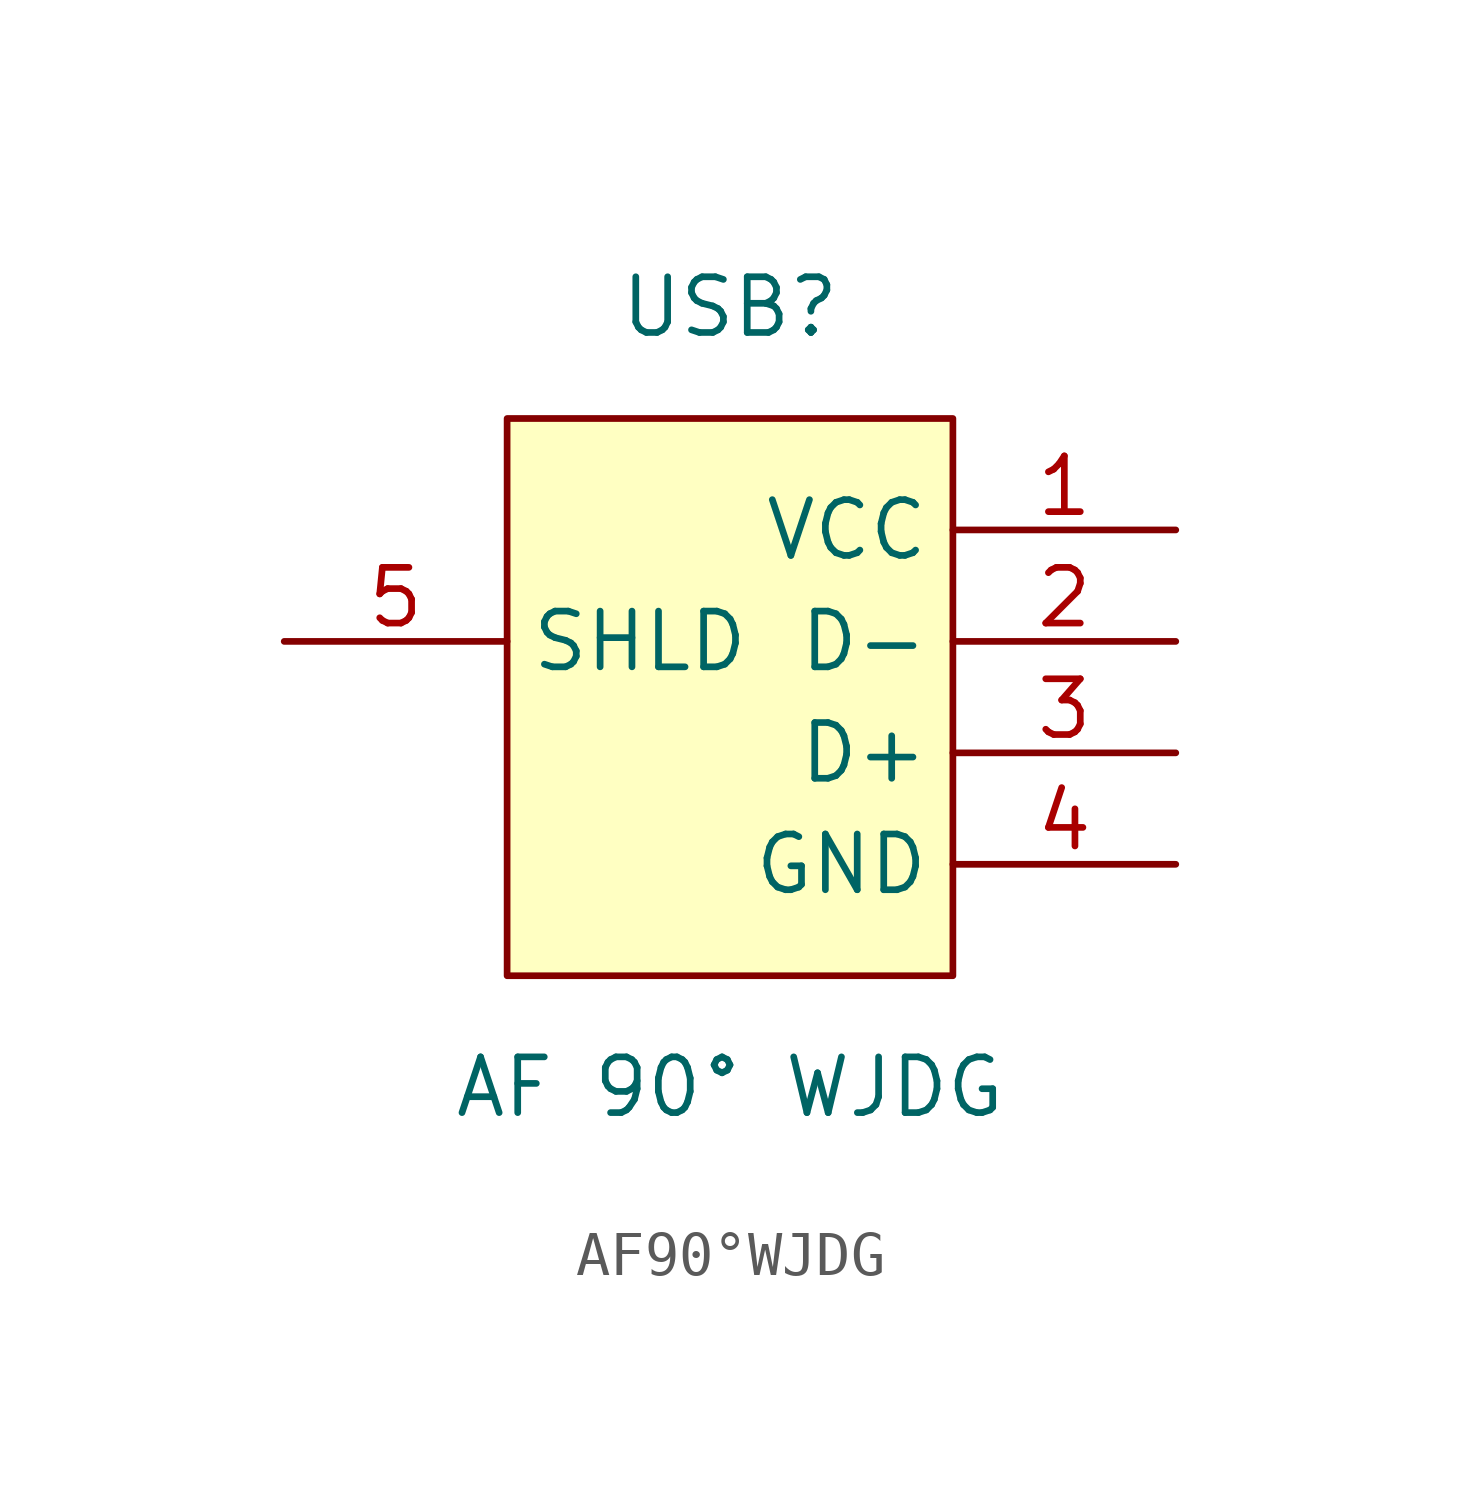
<source format=kicad_sym>
(kicad_symbol_lib
  (version 20211014)
  (generator https://github.com/uPesy/easyeda2kicad.py)
  (symbol "AF90°WJDG"
    (property "Reference" "USB"
      (at 0 7.62 0)
      (effects (font (size 1.27 1.27))))
    (property "Value" "AF 90° WJDG"
      (at 0 -10.16 0)
      (effects (font (size 1.27 1.27))))
    (symbol "AF90°WJDG_0_1"
      (rectangle (start -5.08 5.08) (end 5.08 -7.62) (stroke (width 0) (type default) (color 0 0 0 0)) (fill (type background)))
      (pin unspecified line (at -10.16 -0.00 0) (length 5.08) (name "SHLD" (effects (font (size 1.27 1.27)))) (number "5" (effects (font (size 1.27 1.27)))))
      (pin input line (at 10.16 -5.08 180) (length 5.08) (name "GND" (effects (font (size 1.27 1.27)))) (number "4" (effects (font (size 1.27 1.27)))))
      (pin input line (at 10.16 -2.54 180) (length 5.08) (name "D+" (effects (font (size 1.27 1.27)))) (number "3" (effects (font (size 1.27 1.27)))))
      (pin input line (at 10.16 -0.00 180) (length 5.08) (name "D-" (effects (font (size 1.27 1.27)))) (number "2" (effects (font (size 1.27 1.27)))))
      (pin input line (at 10.16 2.54 180) (length 5.08) (name "VCC" (effects (font (size 1.27 1.27)))) (number "1" (effects (font (size 1.27 1.27))))))))
</source>
